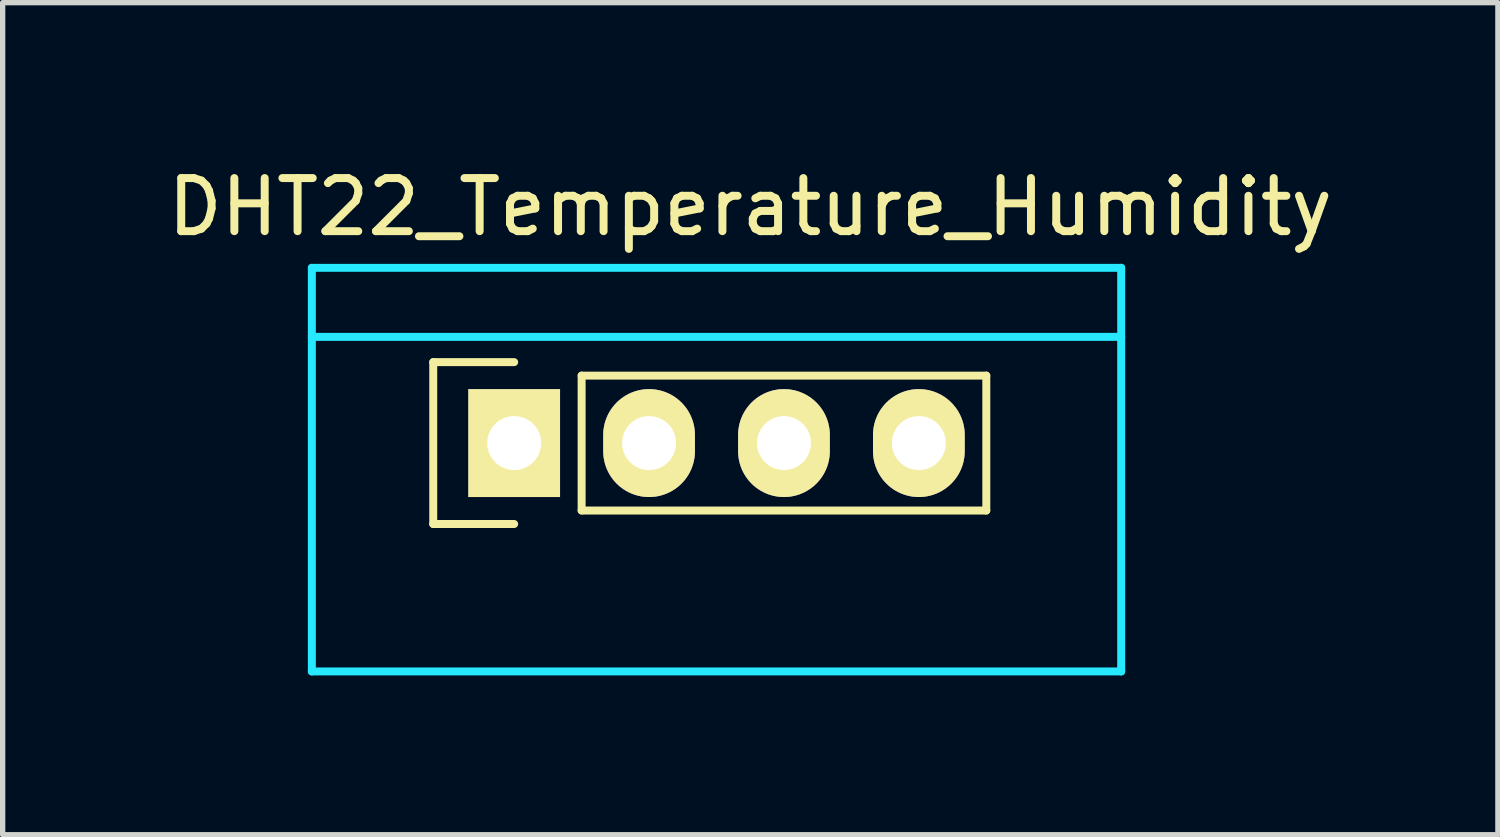
<source format=kicad_pcb>
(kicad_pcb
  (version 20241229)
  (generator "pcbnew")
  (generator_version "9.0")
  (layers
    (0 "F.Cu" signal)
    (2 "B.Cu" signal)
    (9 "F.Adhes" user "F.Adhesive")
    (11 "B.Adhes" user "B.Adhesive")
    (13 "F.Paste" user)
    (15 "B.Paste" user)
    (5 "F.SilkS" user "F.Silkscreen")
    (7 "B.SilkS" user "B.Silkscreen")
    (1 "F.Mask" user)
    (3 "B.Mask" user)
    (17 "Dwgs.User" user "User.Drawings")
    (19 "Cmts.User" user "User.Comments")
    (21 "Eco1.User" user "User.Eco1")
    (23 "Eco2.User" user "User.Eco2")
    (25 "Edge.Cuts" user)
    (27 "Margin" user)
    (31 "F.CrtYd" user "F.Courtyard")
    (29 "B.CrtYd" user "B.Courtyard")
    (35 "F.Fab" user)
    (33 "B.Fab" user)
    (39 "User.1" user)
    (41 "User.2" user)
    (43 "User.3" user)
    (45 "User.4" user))
  (footprint "DHT22_Temperature_Humidity"
    (layer "F.Cu")
    (at 6.632 5.293)
    (property "Reference" "DHT22_Temperature_Humidity" (at 4.445 -4.445 0) (layer "F.SilkS") (effects (font (size 1 1) (thickness 0.15))))
    (attr through_hole)
    (fp_line (start -1.524 -1.524) (end -1.524 1.524) (stroke (width 0.15) (type solid)) (layer "F.SilkS"))
    (fp_line (start -1.524 1.524) (end 0 1.524) (stroke (width 0.15) (type solid)) (layer "F.SilkS"))
    (fp_line (start 0 -1.524) (end -1.524 -1.524) (stroke (width 0.15) (type solid)) (layer "F.SilkS"))
    (fp_line (start 1.27 -1.27) (end 8.89 -1.27) (stroke (width 0.15) (type solid)) (layer "F.SilkS"))
    (fp_line (start 1.27 1.27) (end 1.27 -1.27) (stroke (width 0.15) (type solid)) (layer "F.SilkS"))
    (fp_line (start 8.89 -1.27) (end 8.89 1.27) (stroke (width 0.15) (type solid)) (layer "F.SilkS"))
    (fp_line (start 8.89 1.27) (end 1.27 1.27) (stroke (width 0.15) (type solid)) (layer "F.SilkS"))
    (fp_line (start -3.81 -3.3) (end -3.81 4.3) (stroke (width 0.15) (type solid)) (layer "B.CrtYd"))
    (fp_line (start -3.81 -3.3) (end 11.43 -3.3) (stroke (width 0.15) (type solid)) (layer "B.CrtYd"))
    (fp_line (start -3.81 -2) (end 11.43 -2) (stroke (width 0.15) (type solid)) (layer "B.CrtYd"))
    (fp_line (start -3.81 4.3) (end 11.43 4.3) (stroke (width 0.15) (type solid)) (layer "B.CrtYd"))
    (fp_line (start 11.43 -3.3) (end 11.43 4.3) (stroke (width 0.15) (type solid)) (layer "B.CrtYd"))
    (pad "1" thru_hole rect (at 0 0 90) (size 2.032 1.727) (drill 1.016) (layers "*.Cu" "*.Mask" "F.SilkS"))
    (pad "2" thru_hole oval (at 2.54 0 90) (size 2.032 1.727) (drill 1.016) (layers "*.Cu" "*.Mask" "F.SilkS"))
    (pad "3" thru_hole oval (at 5.08 0 90) (size 2.032 1.727) (drill 1.016) (layers "*.Cu" "*.Mask" "F.SilkS"))
    (pad "4" thru_hole oval (at 7.62 0 90) (size 2.032 1.727) (drill 1.016) (layers "*.Cu" "*.Mask" "F.SilkS")))
  (gr_rect
    (start -3 -3)
    (end 25.155 12.668)
    (stroke (width 0.1) (type default))
    (fill no)
    (layer "Edge.Cuts")))
</source>
